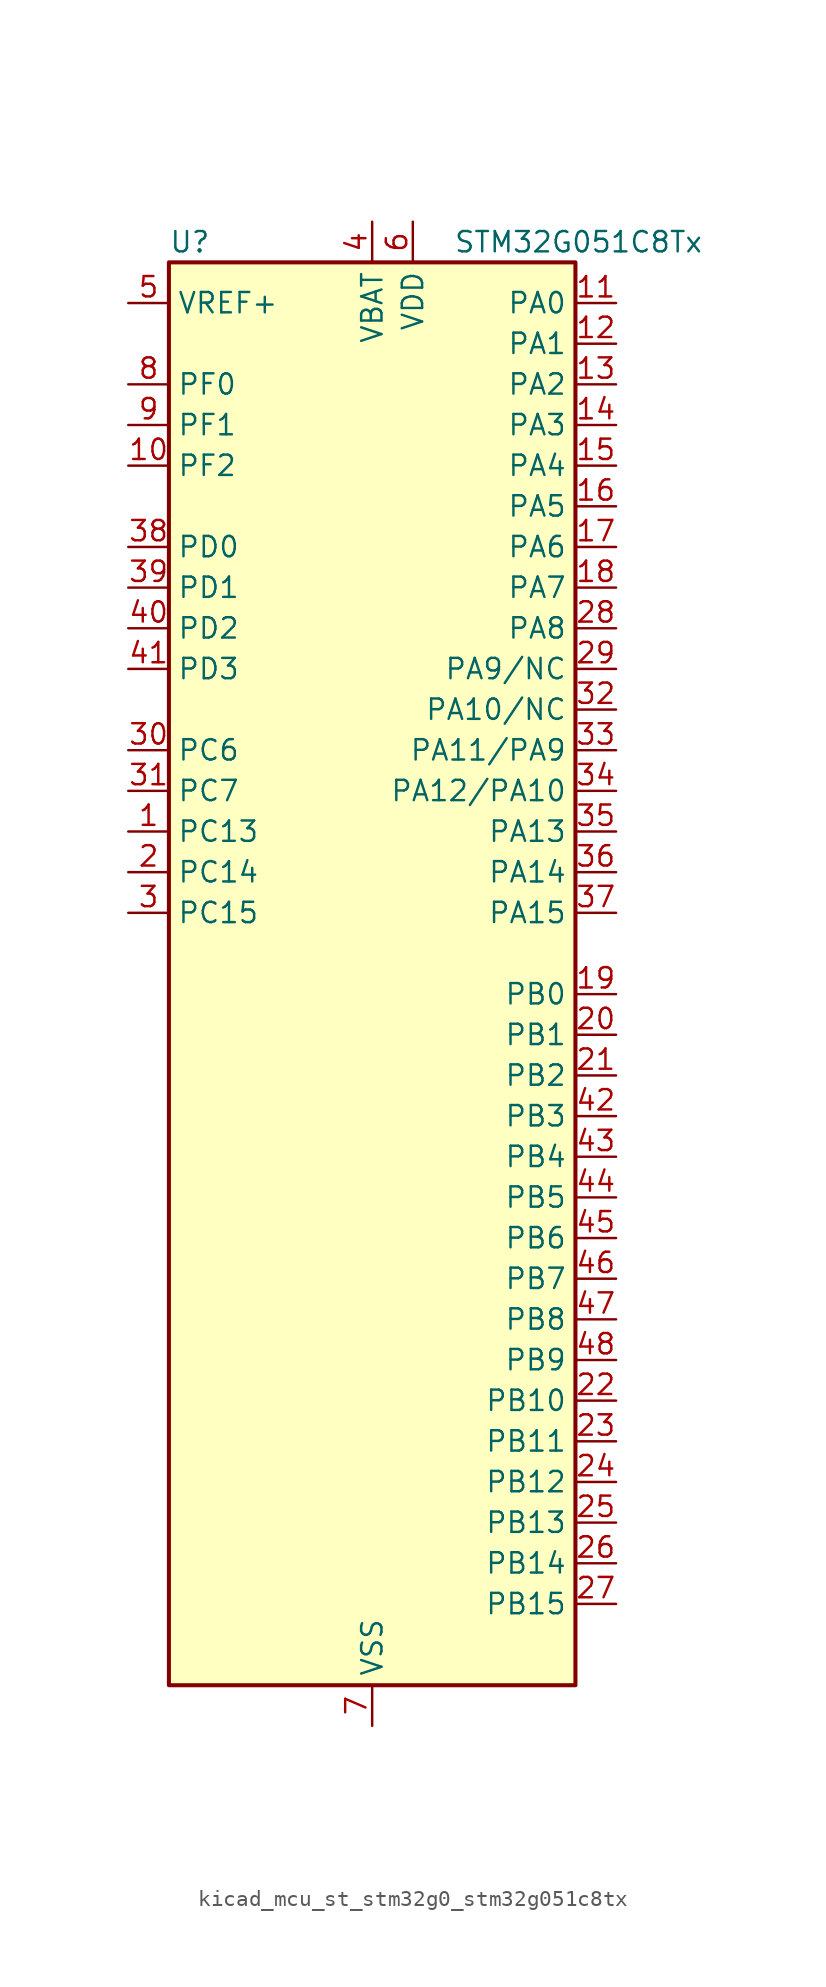
<source format=kicad_sym>
(kicad_symbol_lib
  (version 20220914)
  (generator kicad_symbol_editor)
  (symbol "kicad_mcu_st_stm32g0_stm32g051c8tx"
    (property "Reference" "U"
      (at -12.7 46.99 0)
      (effects (font (size 1.27 1.27)) (justify left)))
    (property "Value" "STM32G051C8Tx"
      (at 5.08 46.99 0)
      (effects (font (size 1.27 1.27)) (justify left)))
    (property "ki_locked" ""
      (at 0 0 0)
      (effects (font (size 1.27 1.27))))
    (symbol "kicad_mcu_st_stm32g0_stm32g051c8tx_0_1"
      (rectangle (start -12.7 -43.18) (end 12.7 45.72) (stroke (width 0.254) (type default)) (fill (type background))))
    (symbol "kicad_mcu_st_stm32g0_stm32g051c8tx_1_1"
      (pin bidirectional line (at -15.24 10.16 0) (length 2.54) (name "PC13" (effects (font (size 1.27 1.27)))) (number "1" (effects (font (size 1.27 1.27)))) (alternate "RTC_OUT1" bidirectional line) (alternate "RTC_TAMP_IN1" bidirectional line) (alternate "RTC_TS" bidirectional line) (alternate "SYS_WKUP2" bidirectional line) (alternate "TIM1_BK" bidirectional line))
      (pin bidirectional line (at -15.24 33.02 0) (length 2.54) (name "PF2" (effects (font (size 1.27 1.27)))) (number "10" (effects (font (size 1.27 1.27)))) (alternate "RCC_MCO" bidirectional line))
      (pin bidirectional line (at 15.24 43.18 180) (length 2.54) (name "PA0" (effects (font (size 1.27 1.27)))) (number "11" (effects (font (size 1.27 1.27)))) (alternate "ADC1_IN0" bidirectional line) (alternate "COMP1_INM" bidirectional line) (alternate "COMP1_OUT" bidirectional line) (alternate "LPTIM1_OUT" bidirectional line) (alternate "RTC_TAMP_IN2" bidirectional line) (alternate "SPI2_SCK" bidirectional line) (alternate "SYS_WKUP1" bidirectional line) (alternate "TIM2_CH1" bidirectional line) (alternate "TIM2_ETR" bidirectional line) (alternate "USART2_CTS" bidirectional line) (alternate "USART2_NSS" bidirectional line))
      (pin bidirectional line (at 15.24 40.64 180) (length 2.54) (name "PA1" (effects (font (size 1.27 1.27)))) (number "12" (effects (font (size 1.27 1.27)))) (alternate "ADC1_IN1" bidirectional line) (alternate "COMP1_INP" bidirectional line) (alternate "I2C1_SMBA" bidirectional line) (alternate "I2S1_CK" bidirectional line) (alternate "SPI1_SCK" bidirectional line) (alternate "TIM15_CH1N" bidirectional line) (alternate "TIM2_CH2" bidirectional line) (alternate "USART2_CK" bidirectional line) (alternate "USART2_DE" bidirectional line) (alternate "USART2_RTS" bidirectional line))
      (pin bidirectional line (at 15.24 38.1 180) (length 2.54) (name "PA2" (effects (font (size 1.27 1.27)))) (number "13" (effects (font (size 1.27 1.27)))) (alternate "ADC1_IN2" bidirectional line) (alternate "COMP2_INM" bidirectional line) (alternate "COMP2_OUT" bidirectional line) (alternate "I2S1_SD" bidirectional line) (alternate "LPUART1_TX" bidirectional line) (alternate "RCC_LSCO" bidirectional line) (alternate "SPI1_MOSI" bidirectional line) (alternate "SYS_WKUP4" bidirectional line) (alternate "TIM15_CH1" bidirectional line) (alternate "TIM2_CH3" bidirectional line) (alternate "USART2_TX" bidirectional line))
      (pin bidirectional line (at 15.24 35.56 180) (length 2.54) (name "PA3" (effects (font (size 1.27 1.27)))) (number "14" (effects (font (size 1.27 1.27)))) (alternate "ADC1_IN3" bidirectional line) (alternate "COMP2_INP" bidirectional line) (alternate "LPUART1_RX" bidirectional line) (alternate "SPI2_MISO" bidirectional line) (alternate "TIM15_CH2" bidirectional line) (alternate "TIM2_CH4" bidirectional line) (alternate "USART2_RX" bidirectional line))
      (pin bidirectional line (at 15.24 33.02 180) (length 2.54) (name "PA4" (effects (font (size 1.27 1.27)))) (number "15" (effects (font (size 1.27 1.27)))) (alternate "ADC1_IN4" bidirectional line) (alternate "DAC1_OUT1" bidirectional line) (alternate "I2S1_WS" bidirectional line) (alternate "LPTIM2_OUT" bidirectional line) (alternate "RTC_OUT2" bidirectional line) (alternate "SPI1_NSS" bidirectional line) (alternate "SPI2_MOSI" bidirectional line) (alternate "TIM14_CH1" bidirectional line))
      (pin bidirectional line (at 15.24 30.48 180) (length 2.54) (name "PA5" (effects (font (size 1.27 1.27)))) (number "16" (effects (font (size 1.27 1.27)))) (alternate "ADC1_IN5" bidirectional line) (alternate "DAC1_OUT2" bidirectional line) (alternate "I2S1_CK" bidirectional line) (alternate "LPTIM2_ETR" bidirectional line) (alternate "SPI1_SCK" bidirectional line) (alternate "TIM2_CH1" bidirectional line) (alternate "TIM2_ETR" bidirectional line))
      (pin bidirectional line (at 15.24 27.94 180) (length 2.54) (name "PA6" (effects (font (size 1.27 1.27)))) (number "17" (effects (font (size 1.27 1.27)))) (alternate "ADC1_IN6" bidirectional line) (alternate "COMP1_OUT" bidirectional line) (alternate "I2S1_MCK" bidirectional line) (alternate "LPUART1_CTS" bidirectional line) (alternate "SPI1_MISO" bidirectional line) (alternate "TIM16_CH1" bidirectional line) (alternate "TIM1_BK" bidirectional line) (alternate "TIM3_CH1" bidirectional line))
      (pin bidirectional line (at 15.24 25.4 180) (length 2.54) (name "PA7" (effects (font (size 1.27 1.27)))) (number "18" (effects (font (size 1.27 1.27)))) (alternate "ADC1_IN7" bidirectional line) (alternate "COMP2_OUT" bidirectional line) (alternate "I2S1_SD" bidirectional line) (alternate "SPI1_MOSI" bidirectional line) (alternate "TIM14_CH1" bidirectional line) (alternate "TIM17_CH1" bidirectional line) (alternate "TIM1_CH1N" bidirectional line) (alternate "TIM3_CH2" bidirectional line))
      (pin bidirectional line (at 15.24 0 180) (length 2.54) (name "PB0" (effects (font (size 1.27 1.27)))) (number "19" (effects (font (size 1.27 1.27)))) (alternate "ADC1_IN8" bidirectional line) (alternate "COMP1_OUT" bidirectional line) (alternate "I2S1_WS" bidirectional line) (alternate "LPTIM1_OUT" bidirectional line) (alternate "SPI1_NSS" bidirectional line) (alternate "TIM1_CH2N" bidirectional line) (alternate "TIM3_CH3" bidirectional line))
      (pin bidirectional line (at -15.24 7.62 0) (length 2.54) (name "PC14" (effects (font (size 1.27 1.27)))) (number "2" (effects (font (size 1.27 1.27)))) (alternate "RCC_OSC32_IN" bidirectional line) (alternate "TIM1_BK2" bidirectional line))
      (pin bidirectional line (at 15.24 -2.54 180) (length 2.54) (name "PB1" (effects (font (size 1.27 1.27)))) (number "20" (effects (font (size 1.27 1.27)))) (alternate "ADC1_IN9" bidirectional line) (alternate "COMP1_INM" bidirectional line) (alternate "LPTIM2_IN1" bidirectional line) (alternate "LPUART1_DE" bidirectional line) (alternate "LPUART1_RTS" bidirectional line) (alternate "TIM14_CH1" bidirectional line) (alternate "TIM1_CH3N" bidirectional line) (alternate "TIM3_CH4" bidirectional line))
      (pin bidirectional line (at 15.24 -5.08 180) (length 2.54) (name "PB2" (effects (font (size 1.27 1.27)))) (number "21" (effects (font (size 1.27 1.27)))) (alternate "ADC1_IN10" bidirectional line) (alternate "COMP1_INP" bidirectional line) (alternate "LPTIM1_OUT" bidirectional line) (alternate "SPI2_MISO" bidirectional line))
      (pin bidirectional line (at 15.24 -25.4 180) (length 2.54) (name "PB10" (effects (font (size 1.27 1.27)))) (number "22" (effects (font (size 1.27 1.27)))) (alternate "ADC1_IN11" bidirectional line) (alternate "COMP1_OUT" bidirectional line) (alternate "I2C2_SCL" bidirectional line) (alternate "LPUART1_RX" bidirectional line) (alternate "SPI2_SCK" bidirectional line) (alternate "TIM2_CH3" bidirectional line))
      (pin bidirectional line (at 15.24 -27.94 180) (length 2.54) (name "PB11" (effects (font (size 1.27 1.27)))) (number "23" (effects (font (size 1.27 1.27)))) (alternate "ADC1_EXTI11" bidirectional line) (alternate "ADC1_IN15" bidirectional line) (alternate "COMP2_OUT" bidirectional line) (alternate "I2C2_SDA" bidirectional line) (alternate "LPUART1_TX" bidirectional line) (alternate "SPI2_MOSI" bidirectional line) (alternate "TIM2_CH4" bidirectional line))
      (pin bidirectional line (at 15.24 -30.48 180) (length 2.54) (name "PB12" (effects (font (size 1.27 1.27)))) (number "24" (effects (font (size 1.27 1.27)))) (alternate "ADC1_IN16" bidirectional line) (alternate "LPUART1_DE" bidirectional line) (alternate "LPUART1_RTS" bidirectional line) (alternate "SPI2_NSS" bidirectional line) (alternate "TIM15_BK" bidirectional line) (alternate "TIM1_BK" bidirectional line))
      (pin bidirectional line (at 15.24 -33.02 180) (length 2.54) (name "PB13" (effects (font (size 1.27 1.27)))) (number "25" (effects (font (size 1.27 1.27)))) (alternate "I2C2_SCL" bidirectional line) (alternate "LPUART1_CTS" bidirectional line) (alternate "SPI2_SCK" bidirectional line) (alternate "TIM15_CH1N" bidirectional line) (alternate "TIM1_CH1N" bidirectional line))
      (pin bidirectional line (at 15.24 -35.56 180) (length 2.54) (name "PB14" (effects (font (size 1.27 1.27)))) (number "26" (effects (font (size 1.27 1.27)))) (alternate "I2C2_SDA" bidirectional line) (alternate "SPI2_MISO" bidirectional line) (alternate "TIM15_CH1" bidirectional line) (alternate "TIM1_CH2N" bidirectional line))
      (pin bidirectional line (at 15.24 -38.1 180) (length 2.54) (name "PB15" (effects (font (size 1.27 1.27)))) (number "27" (effects (font (size 1.27 1.27)))) (alternate "RTC_REFIN" bidirectional line) (alternate "SPI2_MOSI" bidirectional line) (alternate "TIM15_CH1N" bidirectional line) (alternate "TIM15_CH2" bidirectional line) (alternate "TIM1_CH3N" bidirectional line))
      (pin bidirectional line (at 15.24 22.86 180) (length 2.54) (name "PA8" (effects (font (size 1.27 1.27)))) (number "28" (effects (font (size 1.27 1.27)))) (alternate "LPTIM2_OUT" bidirectional line) (alternate "RCC_MCO" bidirectional line) (alternate "SPI2_NSS" bidirectional line) (alternate "TIM1_CH1" bidirectional line))
      (pin bidirectional line (at 15.24 20.32 180) (length 2.54) (name "PA9/NC" (effects (font (size 1.27 1.27)))) (number "29" (effects (font (size 1.27 1.27)))) (alternate "DAC1_EXTI9" bidirectional line) (alternate "I2C1_SCL" bidirectional line) (alternate "RCC_MCO" bidirectional line) (alternate "SPI2_MISO" bidirectional line) (alternate "TIM15_BK" bidirectional line) (alternate "TIM1_CH2" bidirectional line) (alternate "USART1_TX" bidirectional line))
      (pin bidirectional line (at -15.24 5.08 0) (length 2.54) (name "PC15" (effects (font (size 1.27 1.27)))) (number "3" (effects (font (size 1.27 1.27)))) (alternate "RCC_OSC32_EN" bidirectional line) (alternate "RCC_OSC32_OUT" bidirectional line) (alternate "RCC_OSC_EN" bidirectional line) (alternate "TIM15_BK" bidirectional line))
      (pin bidirectional line (at -15.24 15.24 0) (length 2.54) (name "PC6" (effects (font (size 1.27 1.27)))) (number "30" (effects (font (size 1.27 1.27)))) (alternate "TIM2_CH3" bidirectional line) (alternate "TIM3_CH1" bidirectional line))
      (pin bidirectional line (at -15.24 12.7 0) (length 2.54) (name "PC7" (effects (font (size 1.27 1.27)))) (number "31" (effects (font (size 1.27 1.27)))) (alternate "TIM2_CH4" bidirectional line) (alternate "TIM3_CH2" bidirectional line))
      (pin bidirectional line (at 15.24 17.78 180) (length 2.54) (name "PA10/NC" (effects (font (size 1.27 1.27)))) (number "32" (effects (font (size 1.27 1.27)))) (alternate "I2C1_SDA" bidirectional line) (alternate "SPI2_MOSI" bidirectional line) (alternate "TIM17_BK" bidirectional line) (alternate "TIM1_CH3" bidirectional line) (alternate "USART1_RX" bidirectional line))
      (pin bidirectional line (at 15.24 15.24 180) (length 2.54) (name "PA11/PA9" (effects (font (size 1.27 1.27)))) (number "33" (effects (font (size 1.27 1.27)))) (alternate "ADC1_EXTI11" bidirectional line) (alternate "COMP1_OUT" bidirectional line) (alternate "I2C2_SCL" bidirectional line) (alternate "I2S1_MCK" bidirectional line) (alternate "SPI1_MISO" bidirectional line) (alternate "TIM1_BK2" bidirectional line) (alternate "TIM1_CH4" bidirectional line) (alternate "USART1_CTS" bidirectional line) (alternate "USART1_NSS" bidirectional line))
      (pin bidirectional line (at 15.24 12.7 180) (length 2.54) (name "PA12/PA10" (effects (font (size 1.27 1.27)))) (number "34" (effects (font (size 1.27 1.27)))) (alternate "COMP2_OUT" bidirectional line) (alternate "I2C2_SDA" bidirectional line) (alternate "I2S1_SD" bidirectional line) (alternate "I2S_CKIN" bidirectional line) (alternate "SPI1_MOSI" bidirectional line) (alternate "TIM1_ETR" bidirectional line) (alternate "USART1_CK" bidirectional line) (alternate "USART1_DE" bidirectional line) (alternate "USART1_RTS" bidirectional line))
      (pin bidirectional line (at 15.24 10.16 180) (length 2.54) (name "PA13" (effects (font (size 1.27 1.27)))) (number "35" (effects (font (size 1.27 1.27)))) (alternate "ADC1_IN17" bidirectional line) (alternate "IR_OUT" bidirectional line) (alternate "SYS_SWDIO" bidirectional line))
      (pin bidirectional line (at 15.24 7.62 180) (length 2.54) (name "PA14" (effects (font (size 1.27 1.27)))) (number "36" (effects (font (size 1.27 1.27)))) (alternate "ADC1_IN18" bidirectional line) (alternate "SYS_SWCLK" bidirectional line) (alternate "USART2_TX" bidirectional line))
      (pin bidirectional line (at 15.24 5.08 180) (length 2.54) (name "PA15" (effects (font (size 1.27 1.27)))) (number "37" (effects (font (size 1.27 1.27)))) (alternate "I2S1_WS" bidirectional line) (alternate "SPI1_NSS" bidirectional line) (alternate "TIM2_CH1" bidirectional line) (alternate "TIM2_ETR" bidirectional line) (alternate "USART2_RX" bidirectional line))
      (pin bidirectional line (at -15.24 27.94 0) (length 2.54) (name "PD0" (effects (font (size 1.27 1.27)))) (number "38" (effects (font (size 1.27 1.27)))) (alternate "SPI2_NSS" bidirectional line) (alternate "TIM16_CH1" bidirectional line))
      (pin bidirectional line (at -15.24 25.4 0) (length 2.54) (name "PD1" (effects (font (size 1.27 1.27)))) (number "39" (effects (font (size 1.27 1.27)))) (alternate "SPI2_SCK" bidirectional line) (alternate "TIM17_CH1" bidirectional line))
      (pin power_in line (at 0 48.26 270) (length 2.54) (name "VBAT" (effects (font (size 1.27 1.27)))) (number "4" (effects (font (size 1.27 1.27)))))
      (pin bidirectional line (at -15.24 22.86 0) (length 2.54) (name "PD2" (effects (font (size 1.27 1.27)))) (number "40" (effects (font (size 1.27 1.27)))) (alternate "TIM1_CH1N" bidirectional line) (alternate "TIM3_ETR" bidirectional line))
      (pin bidirectional line (at -15.24 20.32 0) (length 2.54) (name "PD3" (effects (font (size 1.27 1.27)))) (number "41" (effects (font (size 1.27 1.27)))) (alternate "SPI2_MISO" bidirectional line) (alternate "TIM1_CH2N" bidirectional line) (alternate "USART2_CTS" bidirectional line) (alternate "USART2_NSS" bidirectional line))
      (pin bidirectional line (at 15.24 -7.62 180) (length 2.54) (name "PB3" (effects (font (size 1.27 1.27)))) (number "42" (effects (font (size 1.27 1.27)))) (alternate "COMP2_INM" bidirectional line) (alternate "I2S1_CK" bidirectional line) (alternate "SPI1_SCK" bidirectional line) (alternate "TIM1_CH2" bidirectional line) (alternate "TIM2_CH2" bidirectional line) (alternate "USART1_CK" bidirectional line) (alternate "USART1_DE" bidirectional line) (alternate "USART1_RTS" bidirectional line))
      (pin bidirectional line (at 15.24 -10.16 180) (length 2.54) (name "PB4" (effects (font (size 1.27 1.27)))) (number "43" (effects (font (size 1.27 1.27)))) (alternate "COMP2_INP" bidirectional line) (alternate "I2S1_MCK" bidirectional line) (alternate "SPI1_MISO" bidirectional line) (alternate "TIM17_BK" bidirectional line) (alternate "TIM3_CH1" bidirectional line) (alternate "USART1_CTS" bidirectional line) (alternate "USART1_NSS" bidirectional line))
      (pin bidirectional line (at 15.24 -12.7 180) (length 2.54) (name "PB5" (effects (font (size 1.27 1.27)))) (number "44" (effects (font (size 1.27 1.27)))) (alternate "COMP2_OUT" bidirectional line) (alternate "I2C1_SMBA" bidirectional line) (alternate "I2S1_SD" bidirectional line) (alternate "LPTIM1_IN1" bidirectional line) (alternate "SPI1_MOSI" bidirectional line) (alternate "SYS_WKUP6" bidirectional line) (alternate "TIM16_BK" bidirectional line) (alternate "TIM3_CH2" bidirectional line))
      (pin bidirectional line (at 15.24 -15.24 180) (length 2.54) (name "PB6" (effects (font (size 1.27 1.27)))) (number "45" (effects (font (size 1.27 1.27)))) (alternate "COMP2_INP" bidirectional line) (alternate "I2C1_SCL" bidirectional line) (alternate "LPTIM1_ETR" bidirectional line) (alternate "SPI2_MISO" bidirectional line) (alternate "TIM16_CH1N" bidirectional line) (alternate "TIM1_CH3" bidirectional line) (alternate "USART1_TX" bidirectional line))
      (pin bidirectional line (at 15.24 -17.78 180) (length 2.54) (name "PB7" (effects (font (size 1.27 1.27)))) (number "46" (effects (font (size 1.27 1.27)))) (alternate "COMP2_INM" bidirectional line) (alternate "I2C1_SDA" bidirectional line) (alternate "LPTIM1_IN2" bidirectional line) (alternate "SPI2_MOSI" bidirectional line) (alternate "SYS_PVD_IN" bidirectional line) (alternate "TIM17_CH1N" bidirectional line) (alternate "USART1_RX" bidirectional line))
      (pin bidirectional line (at 15.24 -20.32 180) (length 2.54) (name "PB8" (effects (font (size 1.27 1.27)))) (number "47" (effects (font (size 1.27 1.27)))) (alternate "I2C1_SCL" bidirectional line) (alternate "SPI2_SCK" bidirectional line) (alternate "TIM15_BK" bidirectional line) (alternate "TIM16_CH1" bidirectional line))
      (pin bidirectional line (at 15.24 -22.86 180) (length 2.54) (name "PB9" (effects (font (size 1.27 1.27)))) (number "48" (effects (font (size 1.27 1.27)))) (alternate "DAC1_EXTI9" bidirectional line) (alternate "I2C1_SDA" bidirectional line) (alternate "IR_OUT" bidirectional line) (alternate "SPI2_NSS" bidirectional line) (alternate "TIM17_CH1" bidirectional line))
      (pin input line (at -15.24 43.18 0) (length 2.54) (name "VREF+" (effects (font (size 1.27 1.27)))) (number "5" (effects (font (size 1.27 1.27)))) (alternate "VREFBUF_OUT" bidirectional line))
      (pin power_in line (at 2.54 48.26 270) (length 2.54) (name "VDD" (effects (font (size 1.27 1.27)))) (number "6" (effects (font (size 1.27 1.27)))))
      (pin power_in line (at 0 -45.72 90) (length 2.54) (name "VSS" (effects (font (size 1.27 1.27)))) (number "7" (effects (font (size 1.27 1.27)))))
      (pin bidirectional line (at -15.24 38.1 0) (length 2.54) (name "PF0" (effects (font (size 1.27 1.27)))) (number "8" (effects (font (size 1.27 1.27)))) (alternate "RCC_OSC_IN" bidirectional line) (alternate "TIM14_CH1" bidirectional line))
      (pin bidirectional line (at -15.24 35.56 0) (length 2.54) (name "PF1" (effects (font (size 1.27 1.27)))) (number "9" (effects (font (size 1.27 1.27)))) (alternate "RCC_OSC_EN" bidirectional line) (alternate "RCC_OSC_OUT" bidirectional line) (alternate "TIM15_CH1N" bidirectional line)))))
</source>
